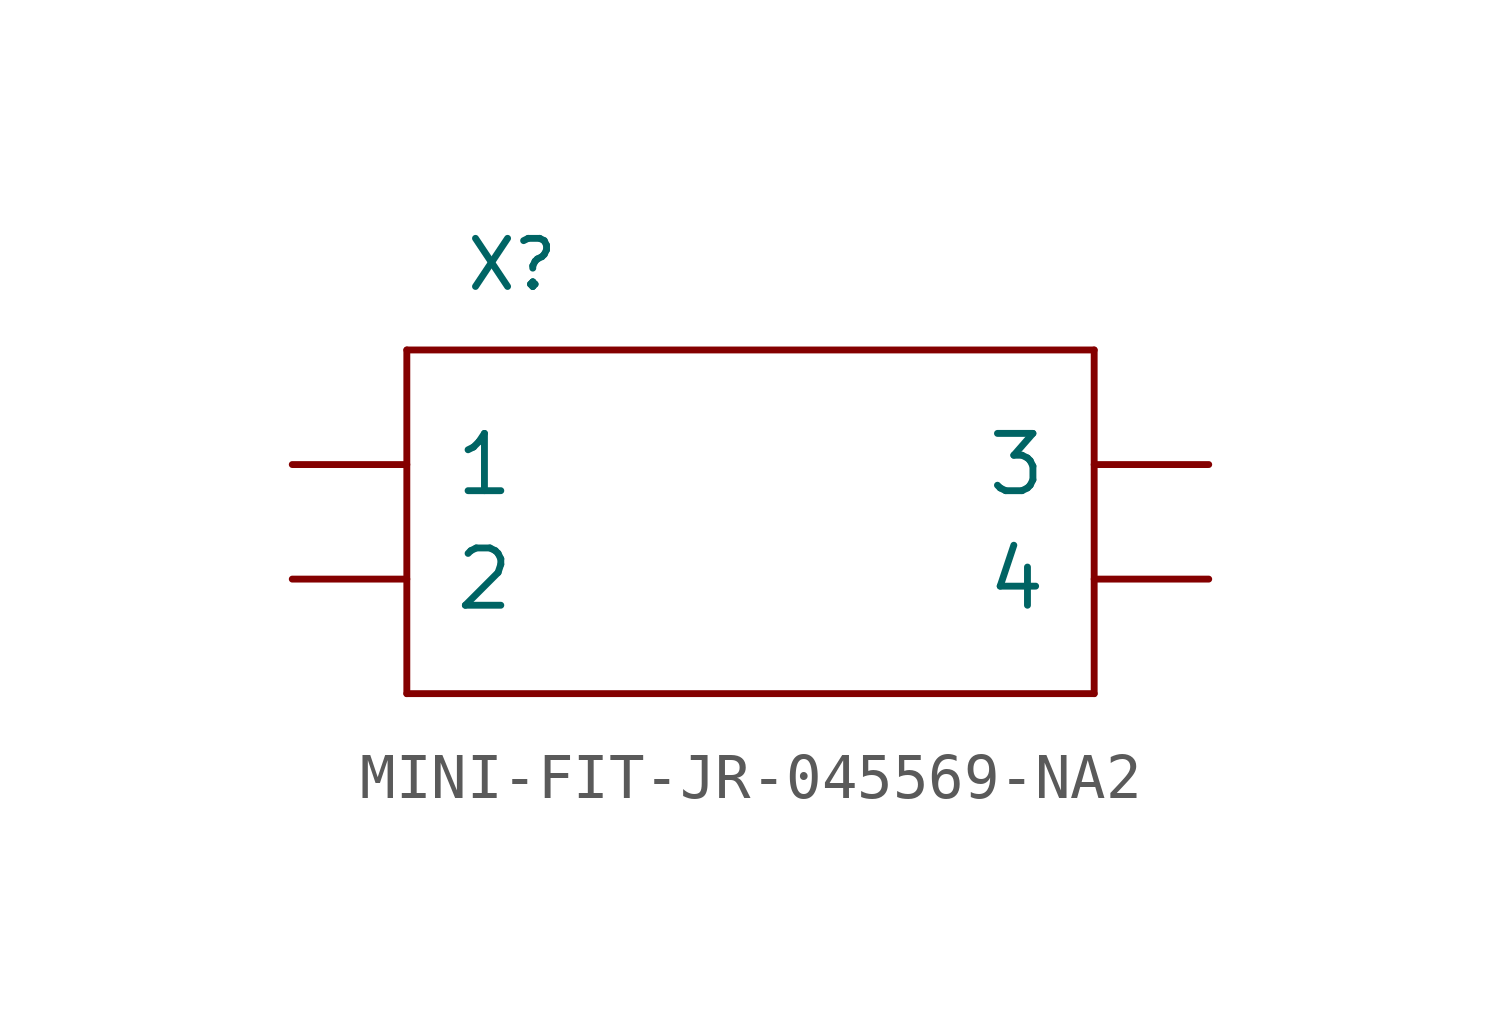
<source format=kicad_sym>
(kicad_symbol_lib
  (version 20211014)
  (generator kicad_symbol_editor)
  (symbol "MINI-FIT-JR-045569-NA2"
    (pin_names
      (offset 1.016))
    (property "Reference" "X"
      (at -6.35 6.35 0)
      (effects (font (size 1.067 1.067)) (justify left bottom)))
    (property "ki_locked" ""
      (at 0 0 0)
      (effects (font (size 1.27 1.27))))
    (symbol "MINI-FIT-JR-045569-NA2_1_0"
      (polyline (pts (xy -7.62 -2.54) (xy 7.62 -2.54)) (stroke (width 0) (type default) (color 0 0 0 0)) (fill (type none)))
      (polyline (pts (xy -7.62 5.08) (xy -7.62 -2.54)) (stroke (width 0) (type default) (color 0 0 0 0)) (fill (type none)))
      (polyline (pts (xy 7.62 -2.54) (xy 7.62 5.08)) (stroke (width 0) (type default) (color 0 0 0 0)) (fill (type none)))
      (polyline (pts (xy 7.62 5.08) (xy -7.62 5.08)) (stroke (width 0) (type default) (color 0 0 0 0)) (fill (type none)))
      (pin bidirectional line (at -10.16 2.54 0) (length 2.54) (name "1" (effects (font (size 1.27 1.27)))) (number "P1" (effects (font (size 0 0)))))
      (pin bidirectional line (at -10.16 0 0) (length 2.54) (name "2" (effects (font (size 1.27 1.27)))) (number "P2" (effects (font (size 0 0)))))
      (pin bidirectional line (at 10.16 2.54 180) (length 2.54) (name "3" (effects (font (size 1.27 1.27)))) (number "P3" (effects (font (size 0 0)))))
      (pin bidirectional line (at 10.16 0 180) (length 2.54) (name "4" (effects (font (size 1.27 1.27)))) (number "P4" (effects (font (size 0 0))))))))
</source>
